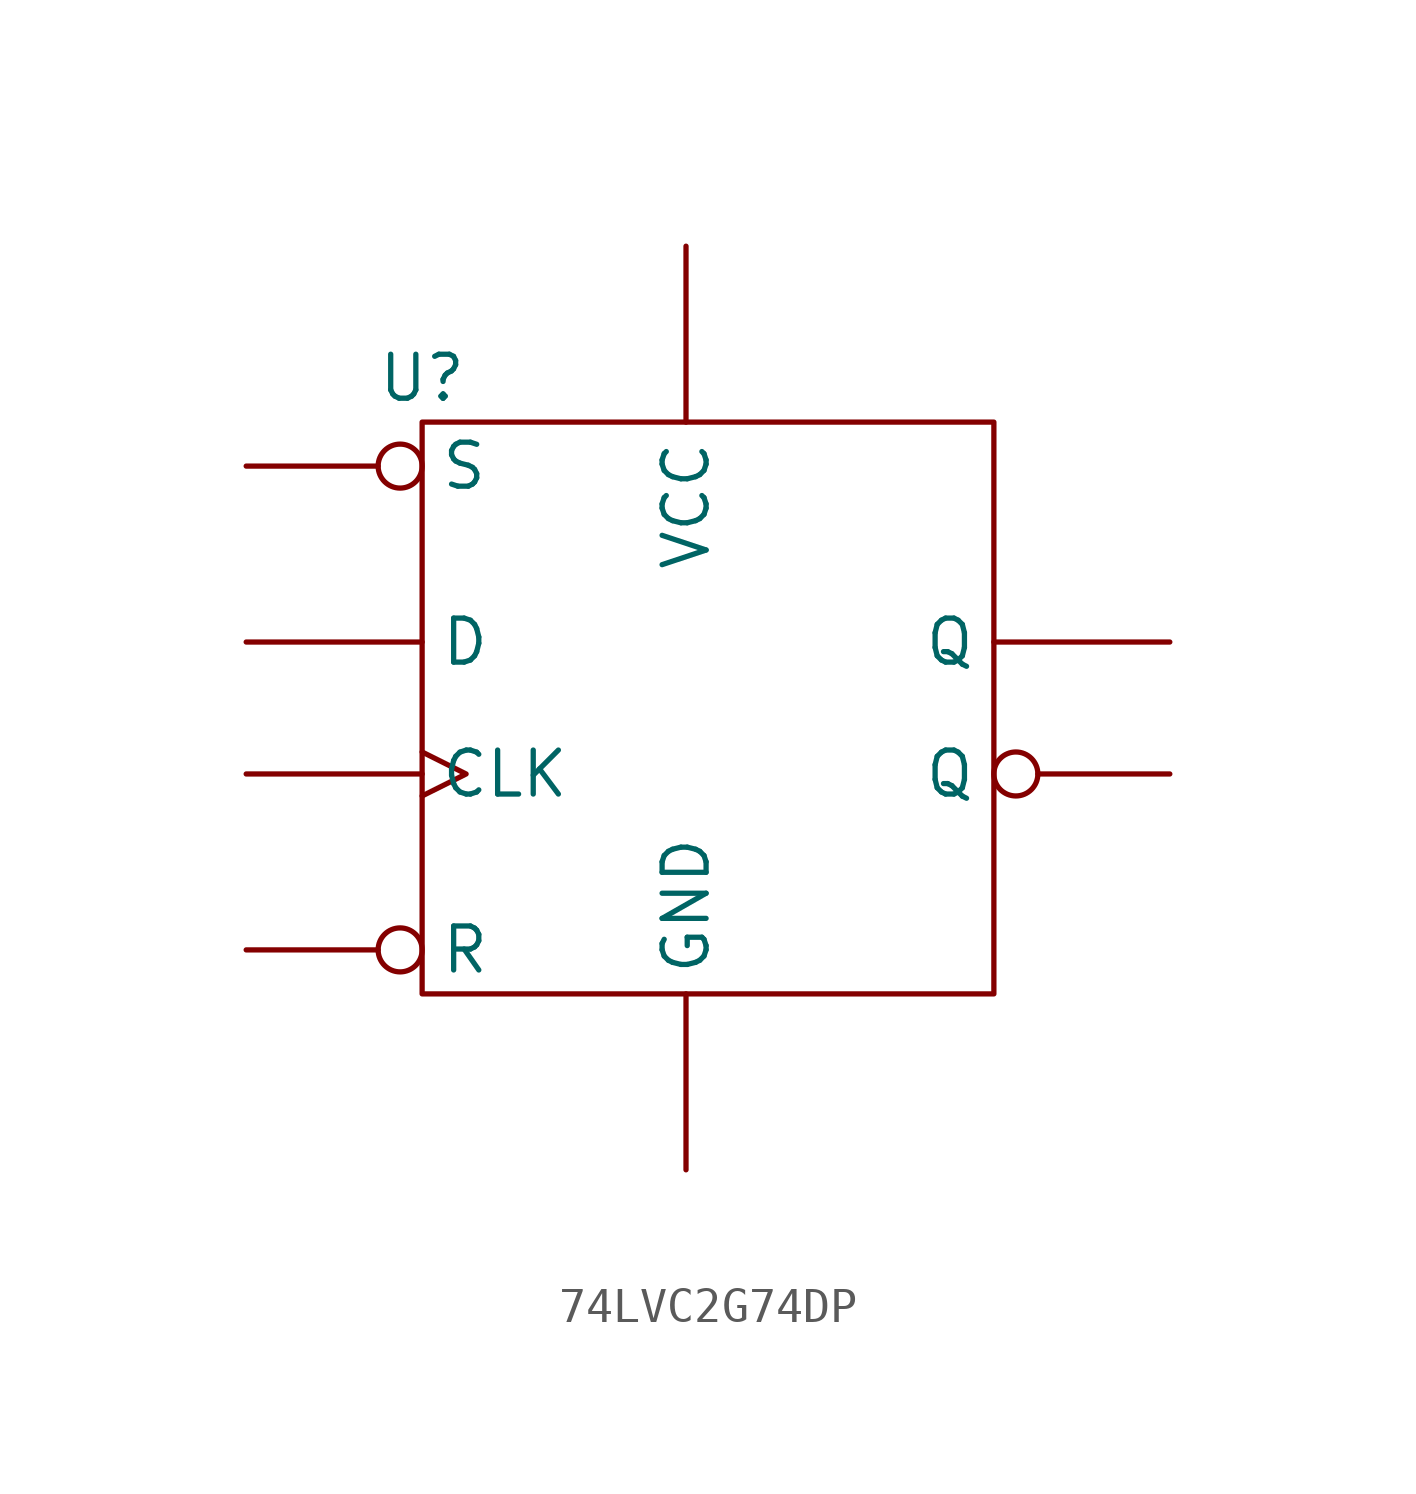
<source format=kicad_sym>
(kicad_symbol_lib
  (version 20231120)
  (generator "kicad_symbol_editor")
  (generator_version "8.0")
  (symbol "74LVC2G74DP"
    (property "Reference" "U"
      (at 0 1.27 0)
      (effects (font (size 1.27 1.27))))
    (property "Value" ""
      (at 0 0 0)
      (effects (font (size 1.27 1.27))))
    (symbol "74LVC2G74DP_0_1"
      (rectangle (start 0 0) (end 16.51 -16.51) (stroke (width 0) (type default)) (fill (type none))))
    (symbol "74LVC2G74DP_1_1"
      (pin output clock (at -5.08 -10.16 0) (length 5.08) (name "CLK" (effects (font (size 1.27 1.27)))) (number "" (effects (font (size 1.27 1.27)))))
      (pin output line (at -5.08 -6.35 0) (length 5.08) (name "D" (effects (font (size 1.27 1.27)))) (number "" (effects (font (size 1.27 1.27)))))
      (pin output line (at 7.62 -21.59 90) (length 5.08) (name "GND" (effects (font (size 1.27 1.27)))) (number "" (effects (font (size 1.27 1.27)))))
      (pin output inverted (at 21.59 -10.16 180) (length 5.08) (name "Q" (effects (font (size 1.27 1.27)))) (number "" (effects (font (size 1.27 1.27)))))
      (pin output line (at 21.59 -6.35 180) (length 5.08) (name "Q" (effects (font (size 1.27 1.27)))) (number "" (effects (font (size 1.27 1.27)))))
      (pin output inverted (at -5.08 -15.24 0) (length 5.08) (name "R" (effects (font (size 1.27 1.27)))) (number "" (effects (font (size 1.27 1.27)))))
      (pin output inverted (at -5.08 -1.27 0) (length 5.08) (name "S" (effects (font (size 1.27 1.27)))) (number "" (effects (font (size 1.27 1.27)))))
      (pin output line (at 7.62 5.08 270) (length 5.08) (name "VCC" (effects (font (size 1.27 1.27)))) (number "" (effects (font (size 1.27 1.27))))))))
</source>
